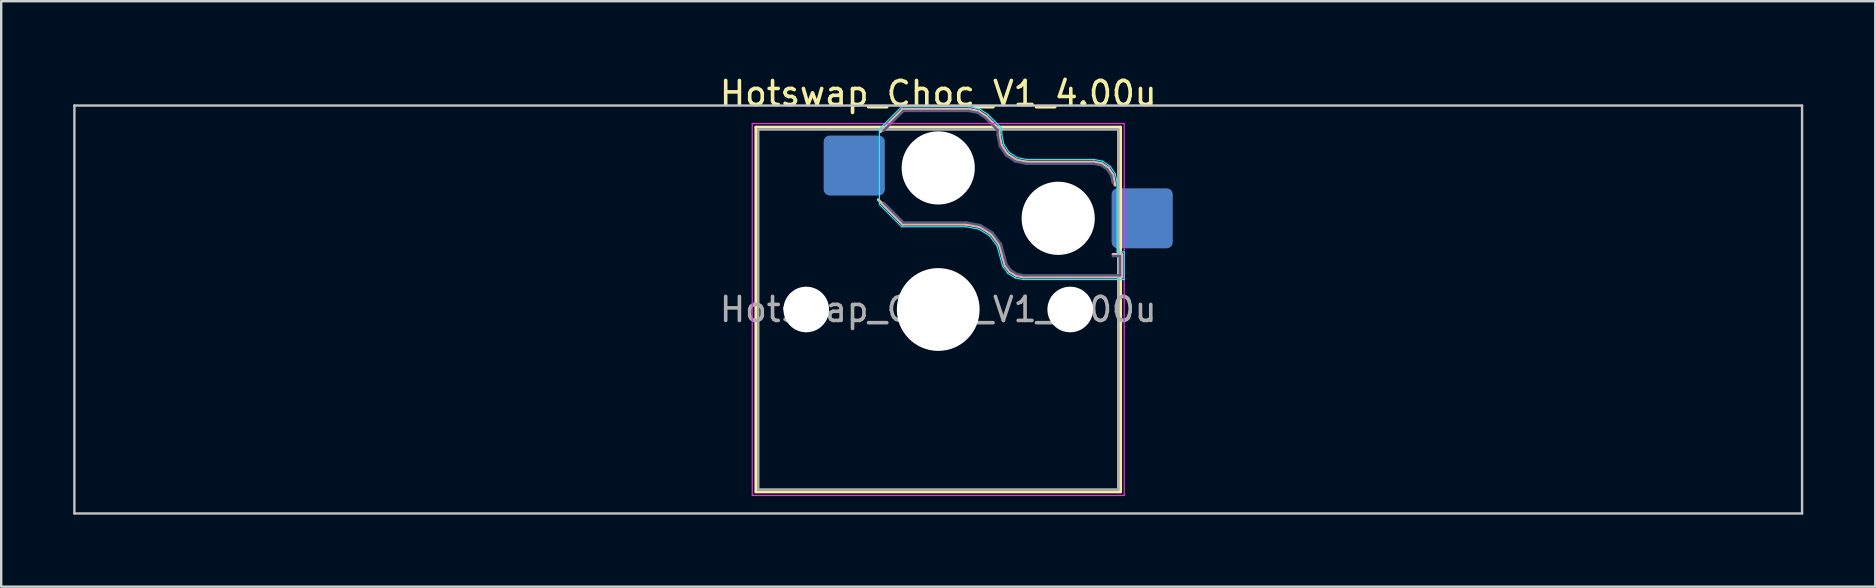
<source format=kicad_pcb>
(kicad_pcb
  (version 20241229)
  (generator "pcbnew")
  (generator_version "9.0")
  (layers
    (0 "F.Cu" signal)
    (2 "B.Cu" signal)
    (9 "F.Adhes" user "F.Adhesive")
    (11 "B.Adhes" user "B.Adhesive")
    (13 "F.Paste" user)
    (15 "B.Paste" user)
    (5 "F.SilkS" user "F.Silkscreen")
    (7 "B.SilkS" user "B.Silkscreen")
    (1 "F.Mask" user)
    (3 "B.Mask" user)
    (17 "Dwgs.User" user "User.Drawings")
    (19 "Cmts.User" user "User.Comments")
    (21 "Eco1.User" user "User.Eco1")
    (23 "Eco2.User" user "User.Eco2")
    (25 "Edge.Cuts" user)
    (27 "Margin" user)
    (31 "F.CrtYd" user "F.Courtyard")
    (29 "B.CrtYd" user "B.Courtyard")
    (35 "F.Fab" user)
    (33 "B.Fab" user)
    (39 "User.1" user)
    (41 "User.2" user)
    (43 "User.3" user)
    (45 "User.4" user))
  (footprint "Hotswap_Choc_V1_4.00u"
    (layer "F.Cu")
    (at 36.05 9.848)
    (property "Reference" "Hotswap_Choc_V1_4.00u" (at 0 -9 0) (layer "F.SilkS") (effects (font (size 1 1) (thickness 0.15))))
    (attr smd)
    (fp_line (start -7.6 -7.6) (end -7.6 7.6) (stroke (width 0.12) (type solid)) (layer "F.SilkS"))
    (fp_line (start -7.6 7.6) (end 7.6 7.6) (stroke (width 0.12) (type solid)) (layer "F.SilkS"))
    (fp_line (start 7.6 -7.6) (end -7.6 -7.6) (stroke (width 0.12) (type solid)) (layer "F.SilkS"))
    (fp_line (start 7.6 7.6) (end 7.6 -7.6) (stroke (width 0.12) (type solid)) (layer "F.SilkS"))
    (fp_line (start -2.416 -7.409) (end -1.479 -8.346) (stroke (width 0.12) (type solid)) (layer "B.SilkS"))
    (fp_line (start -1.479 -8.346) (end 1.268 -8.346) (stroke (width 0.12) (type solid)) (layer "B.SilkS"))
    (fp_line (start -1.479 -3.554) (end -2.5 -4.575) (stroke (width 0.12) (type solid)) (layer "B.SilkS"))
    (fp_line (start 1.168 -3.554) (end -1.479 -3.554) (stroke (width 0.12) (type solid)) (layer "B.SilkS"))
    (fp_line (start 1.268 -8.346) (end 1.671 -8.266) (stroke (width 0.12) (type solid)) (layer "B.SilkS"))
    (fp_line (start 1.671 -8.266) (end 2.013 -8.037) (stroke (width 0.12) (type solid)) (layer "B.SilkS"))
    (fp_line (start 1.73 -3.449) (end 1.168 -3.554) (stroke (width 0.12) (type solid)) (layer "B.SilkS"))
    (fp_line (start 2.013 -8.037) (end 2.546 -7.504) (stroke (width 0.12) (type solid)) (layer "B.SilkS"))
    (fp_line (start 2.209 -3.15) (end 1.73 -3.449) (stroke (width 0.12) (type solid)) (layer "B.SilkS"))
    (fp_line (start 2.546 -7.504) (end 2.546 -7.282) (stroke (width 0.12) (type solid)) (layer "B.SilkS"))
    (fp_line (start 2.546 -7.282) (end 2.633 -6.844) (stroke (width 0.12) (type solid)) (layer "B.SilkS"))
    (fp_line (start 2.547 -2.697) (end 2.209 -3.15) (stroke (width 0.12) (type solid)) (layer "B.SilkS"))
    (fp_line (start 2.633 -6.844) (end 2.877 -6.477) (stroke (width 0.12) (type solid)) (layer "B.SilkS"))
    (fp_line (start 2.701 -2.139) (end 2.547 -2.697) (stroke (width 0.12) (type solid)) (layer "B.SilkS"))
    (fp_line (start 2.783 -1.841) (end 2.701 -2.139) (stroke (width 0.12) (type solid)) (layer "B.SilkS"))
    (fp_line (start 2.877 -6.477) (end 3.244 -6.233) (stroke (width 0.12) (type solid)) (layer "B.SilkS"))
    (fp_line (start 2.976 -1.583) (end 2.783 -1.841) (stroke (width 0.12) (type solid)) (layer "B.SilkS"))
    (fp_line (start 3.244 -6.233) (end 3.682 -6.146) (stroke (width 0.12) (type solid)) (layer "B.SilkS"))
    (fp_line (start 3.25 -1.413) (end 2.976 -1.583) (stroke (width 0.12) (type solid)) (layer "B.SilkS"))
    (fp_line (start 3.56 -1.354) (end 3.25 -1.413) (stroke (width 0.12) (type solid)) (layer "B.SilkS"))
    (fp_line (start 3.682 -6.146) (end 6.482 -6.146) (stroke (width 0.12) (type solid)) (layer "B.SilkS"))
    (fp_line (start 6.482 -6.146) (end 6.809 -6.081) (stroke (width 0.12) (type solid)) (layer "B.SilkS"))
    (fp_line (start 6.809 -6.081) (end 7.092 -5.892) (stroke (width 0.12) (type solid)) (layer "B.SilkS"))
    (fp_line (start 7.092 -5.892) (end 7.281 -5.609) (stroke (width 0.12) (type solid)) (layer "B.SilkS"))
    (fp_line (start 7.281 -5.609) (end 7.366 -5.182) (stroke (width 0.12) (type solid)) (layer "B.SilkS"))
    (fp_line (start 7.283 -2.296) (end 7.646 -2.296) (stroke (width 0.12) (type solid)) (layer "B.SilkS"))
    (fp_line (start 7.646 -2.296) (end 7.646 -1.354) (stroke (width 0.12) (type solid)) (layer "B.SilkS"))
    (fp_line (start 7.646 -1.354) (end 3.56 -1.354) (stroke (width 0.12) (type solid)) (layer "B.SilkS"))
    (fp_line (start -36 -8.5) (end -36 8.5) (stroke (width 0.1) (type solid)) (layer "Dwgs.User"))
    (fp_line (start -36 8.5) (end 36 8.5) (stroke (width 0.1) (type solid)) (layer "Dwgs.User"))
    (fp_line (start 36 -8.5) (end -36 -8.5) (stroke (width 0.1) (type solid)) (layer "Dwgs.User"))
    (fp_line (start 36 8.5) (end 36 -8.5) (stroke (width 0.1) (type solid)) (layer "Dwgs.User"))
    (fp_line (start -7.25 -7.25) (end -7.25 7.25) (stroke (width 0.1) (type solid)) (layer "Eco1.User"))
    (fp_line (start -7.25 7.25) (end 7.25 7.25) (stroke (width 0.1) (type solid)) (layer "Eco1.User"))
    (fp_line (start 7.25 -7.25) (end -7.25 -7.25) (stroke (width 0.1) (type solid)) (layer "Eco1.User"))
    (fp_line (start 7.25 7.25) (end 7.25 -7.25) (stroke (width 0.1) (type solid)) (layer "Eco1.User"))
    (fp_line (start -2.452 -7.523) (end -1.523 -8.452) (stroke (width 0.05) (type solid)) (layer "B.CrtYd"))
    (fp_line (start -2.452 -4.377) (end -2.452 -7.523) (stroke (width 0.05) (type solid)) (layer "B.CrtYd"))
    (fp_line (start -1.523 -8.452) (end 1.278 -8.452) (stroke (width 0.05) (type solid)) (layer "B.CrtYd"))
    (fp_line (start -1.523 -3.448) (end -2.452 -4.377) (stroke (width 0.05) (type solid)) (layer "B.CrtYd"))
    (fp_line (start 1.159 -3.448) (end -1.523 -3.448) (stroke (width 0.05) (type solid)) (layer "B.CrtYd"))
    (fp_line (start 1.278 -8.452) (end 1.712 -8.366) (stroke (width 0.05) (type solid)) (layer "B.CrtYd"))
    (fp_line (start 1.691 -3.348) (end 1.159 -3.448) (stroke (width 0.05) (type solid)) (layer "B.CrtYd"))
    (fp_line (start 1.712 -8.366) (end 2.081 -8.119) (stroke (width 0.05) (type solid)) (layer "B.CrtYd"))
    (fp_line (start 2.081 -8.119) (end 2.652 -7.548) (stroke (width 0.05) (type solid)) (layer "B.CrtYd"))
    (fp_line (start 2.136 -3.071) (end 1.691 -3.348) (stroke (width 0.05) (type solid)) (layer "B.CrtYd"))
    (fp_line (start 2.45 -2.65) (end 2.136 -3.071) (stroke (width 0.05) (type solid)) (layer "B.CrtYd"))
    (fp_line (start 2.599 -2.111) (end 2.45 -2.65) (stroke (width 0.05) (type solid)) (layer "B.CrtYd"))
    (fp_line (start 2.652 -7.548) (end 2.652 -7.292) (stroke (width 0.05) (type solid)) (layer "B.CrtYd"))
    (fp_line (start 2.652 -7.292) (end 2.733 -6.885) (stroke (width 0.05) (type solid)) (layer "B.CrtYd"))
    (fp_line (start 2.687 -1.794) (end 2.599 -2.111) (stroke (width 0.05) (type solid)) (layer "B.CrtYd"))
    (fp_line (start 2.733 -6.885) (end 2.953 -6.553) (stroke (width 0.05) (type solid)) (layer "B.CrtYd"))
    (fp_line (start 2.903 -1.503) (end 2.687 -1.794) (stroke (width 0.05) (type solid)) (layer "B.CrtYd"))
    (fp_line (start 2.953 -6.553) (end 3.285 -6.333) (stroke (width 0.05) (type solid)) (layer "B.CrtYd"))
    (fp_line (start 3.211 -1.312) (end 2.903 -1.503) (stroke (width 0.05) (type solid)) (layer "B.CrtYd"))
    (fp_line (start 3.285 -6.333) (end 3.692 -6.252) (stroke (width 0.05) (type solid)) (layer "B.CrtYd"))
    (fp_line (start 3.55 -1.248) (end 3.211 -1.312) (stroke (width 0.05) (type solid)) (layer "B.CrtYd"))
    (fp_line (start 3.692 -6.252) (end 6.492 -6.252) (stroke (width 0.05) (type solid)) (layer "B.CrtYd"))
    (fp_line (start 6.492 -6.252) (end 6.85 -6.181) (stroke (width 0.05) (type solid)) (layer "B.CrtYd"))
    (fp_line (start 6.85 -6.181) (end 7.168 -5.968) (stroke (width 0.05) (type solid)) (layer "B.CrtYd"))
    (fp_line (start 7.168 -5.968) (end 7.381 -5.65) (stroke (width 0.05) (type solid)) (layer "B.CrtYd"))
    (fp_line (start 7.381 -5.65) (end 7.452 -5.292) (stroke (width 0.05) (type solid)) (layer "B.CrtYd"))
    (fp_line (start 7.452 -5.292) (end 7.452 -2.402) (stroke (width 0.05) (type solid)) (layer "B.CrtYd"))
    (fp_line (start 7.452 -2.402) (end 7.752 -2.402) (stroke (width 0.05) (type solid)) (layer "B.CrtYd"))
    (fp_line (start 7.752 -2.402) (end 7.752 -1.248) (stroke (width 0.05) (type solid)) (layer "B.CrtYd"))
    (fp_line (start 7.752 -1.248) (end 3.55 -1.248) (stroke (width 0.05) (type solid)) (layer "B.CrtYd"))
    (fp_line (start -7.75 -7.75) (end -7.75 7.75) (stroke (width 0.05) (type solid)) (layer "F.CrtYd"))
    (fp_line (start -7.75 7.75) (end 7.75 7.75) (stroke (width 0.05) (type solid)) (layer "F.CrtYd"))
    (fp_line (start 7.75 -7.75) (end -7.75 -7.75) (stroke (width 0.05) (type solid)) (layer "F.CrtYd"))
    (fp_line (start 7.75 7.75) (end 7.75 -7.75) (stroke (width 0.05) (type solid)) (layer "F.CrtYd"))
    (fp_line (start -2.275 -7.45) (end -1.45 -8.275) (stroke (width 0.1) (type solid)) (layer "B.Fab"))
    (fp_line (start -1.45 -8.275) (end 1.261 -8.275) (stroke (width 0.1) (type solid)) (layer "B.Fab"))
    (fp_line (start -1.45 -3.625) (end -2.275 -4.45) (stroke (width 0.1) (type solid)) (layer "B.Fab"))
    (fp_line (start 1.175 -3.625) (end -1.45 -3.625) (stroke (width 0.1) (type solid)) (layer "B.Fab"))
    (fp_line (start 1.261 -8.275) (end 1.643 -8.199) (stroke (width 0.1) (type solid)) (layer "B.Fab"))
    (fp_line (start 1.643 -8.199) (end 1.968 -7.982) (stroke (width 0.1) (type solid)) (layer "B.Fab"))
    (fp_line (start 1.756 -3.516) (end 1.175 -3.625) (stroke (width 0.1) (type solid)) (layer "B.Fab"))
    (fp_line (start 1.968 -7.982) (end 2.475 -7.475) (stroke (width 0.1) (type solid)) (layer "B.Fab"))
    (fp_line (start 2.258 -3.203) (end 1.756 -3.516) (stroke (width 0.1) (type solid)) (layer "B.Fab"))
    (fp_line (start 2.475 -7.475) (end 2.475 -7.275) (stroke (width 0.1) (type solid)) (layer "B.Fab"))
    (fp_line (start 2.475 -7.275) (end 2.566 -6.816) (stroke (width 0.1) (type solid)) (layer "B.Fab"))
    (fp_line (start 2.566 -6.816) (end 2.826 -6.426) (stroke (width 0.1) (type solid)) (layer "B.Fab"))
    (fp_line (start 2.612 -2.729) (end 2.258 -3.203) (stroke (width 0.1) (type solid)) (layer "B.Fab"))
    (fp_line (start 2.769 -2.158) (end 2.612 -2.729) (stroke (width 0.1) (type solid)) (layer "B.Fab"))
    (fp_line (start 2.826 -6.426) (end 3.216 -6.166) (stroke (width 0.1) (type solid)) (layer "B.Fab"))
    (fp_line (start 2.848 -1.873) (end 2.769 -2.158) (stroke (width 0.1) (type solid)) (layer "B.Fab"))
    (fp_line (start 3.025 -1.636) (end 2.848 -1.873) (stroke (width 0.1) (type solid)) (layer "B.Fab"))
    (fp_line (start 3.216 -6.166) (end 3.675 -6.075) (stroke (width 0.1) (type solid)) (layer "B.Fab"))
    (fp_line (start 3.276 -1.48) (end 3.025 -1.636) (stroke (width 0.1) (type solid)) (layer "B.Fab"))
    (fp_line (start 3.567 -1.425) (end 3.276 -1.48) (stroke (width 0.1) (type solid)) (layer "B.Fab"))
    (fp_line (start 3.675 -6.075) (end 6.475 -6.075) (stroke (width 0.1) (type solid)) (layer "B.Fab"))
    (fp_line (start 6.475 -6.075) (end 6.781 -6.014) (stroke (width 0.1) (type solid)) (layer "B.Fab"))
    (fp_line (start 6.781 -6.014) (end 7.041 -5.841) (stroke (width 0.1) (type solid)) (layer "B.Fab"))
    (fp_line (start 7.041 -5.841) (end 7.214 -5.581) (stroke (width 0.1) (type solid)) (layer "B.Fab"))
    (fp_line (start 7.214 -5.581) (end 7.275 -5.275) (stroke (width 0.1) (type solid)) (layer "B.Fab"))
    (fp_line (start 7.275 -2.225) (end 7.575 -2.225) (stroke (width 0.1) (type solid)) (layer "B.Fab"))
    (fp_line (start 7.575 -2.225) (end 7.575 -1.425) (stroke (width 0.1) (type solid)) (layer "B.Fab"))
    (fp_line (start 7.575 -1.425) (end 3.567 -1.425) (stroke (width 0.1) (type solid)) (layer "B.Fab"))
    (fp_line (start -7.5 -7.5) (end -7.5 7.5) (stroke (width 0.1) (type solid)) (layer "F.Fab"))
    (fp_line (start -7.5 7.5) (end 7.5 7.5) (stroke (width 0.1) (type solid)) (layer "F.Fab"))
    (fp_line (start 7.5 -7.5) (end -7.5 -7.5) (stroke (width 0.1) (type solid)) (layer "F.Fab"))
    (fp_line (start 7.5 7.5) (end 7.5 -7.5) (stroke (width 0.1) (type solid)) (layer "F.Fab"))
    (fp_text user "${REFERENCE}" (at 0 0 0) (layer "F.Fab") (effects (font (size 1 1) (thickness 0.15))))
    (pad "" np_thru_hole circle (at -5.5 0) (size 1.9 1.9) (drill 1.9) (layers "*.Cu" "*.Mask"))
    (pad "" np_thru_hole circle (at 0 -5.9) (size 3.05 3.05) (drill 3.05) (layers "*.Cu" "*.Mask"))
    (pad "" np_thru_hole circle (at 0 0) (size 3.45 3.45) (drill 3.45) (layers "*.Cu" "*.Mask"))
    (pad "" np_thru_hole circle (at 5 -3.8) (size 3.05 3.05) (drill 3.05) (layers "*.Cu" "*.Mask"))
    (pad "" np_thru_hole circle (at 5.5 0) (size 1.9 1.9) (drill 1.9) (layers "*.Cu" "*.Mask"))
    (pad "1" smd roundrect (at -3.5 -6) (size 2.55 2.5) (layers "B.Cu" "B.Mask" "B.Paste") (roundrect_rratio 0.1))
    (pad "2" smd roundrect (at 8.5 -3.8) (size 2.55 2.5) (layers "B.Cu" "B.Mask" "B.Paste") (roundrect_rratio 0.1)))
  (gr_rect
    (start -3 -3)
    (end 75.1 21.398)
    (stroke (width 0.1) (type default))
    (fill no)
    (layer "Edge.Cuts")))
</source>
